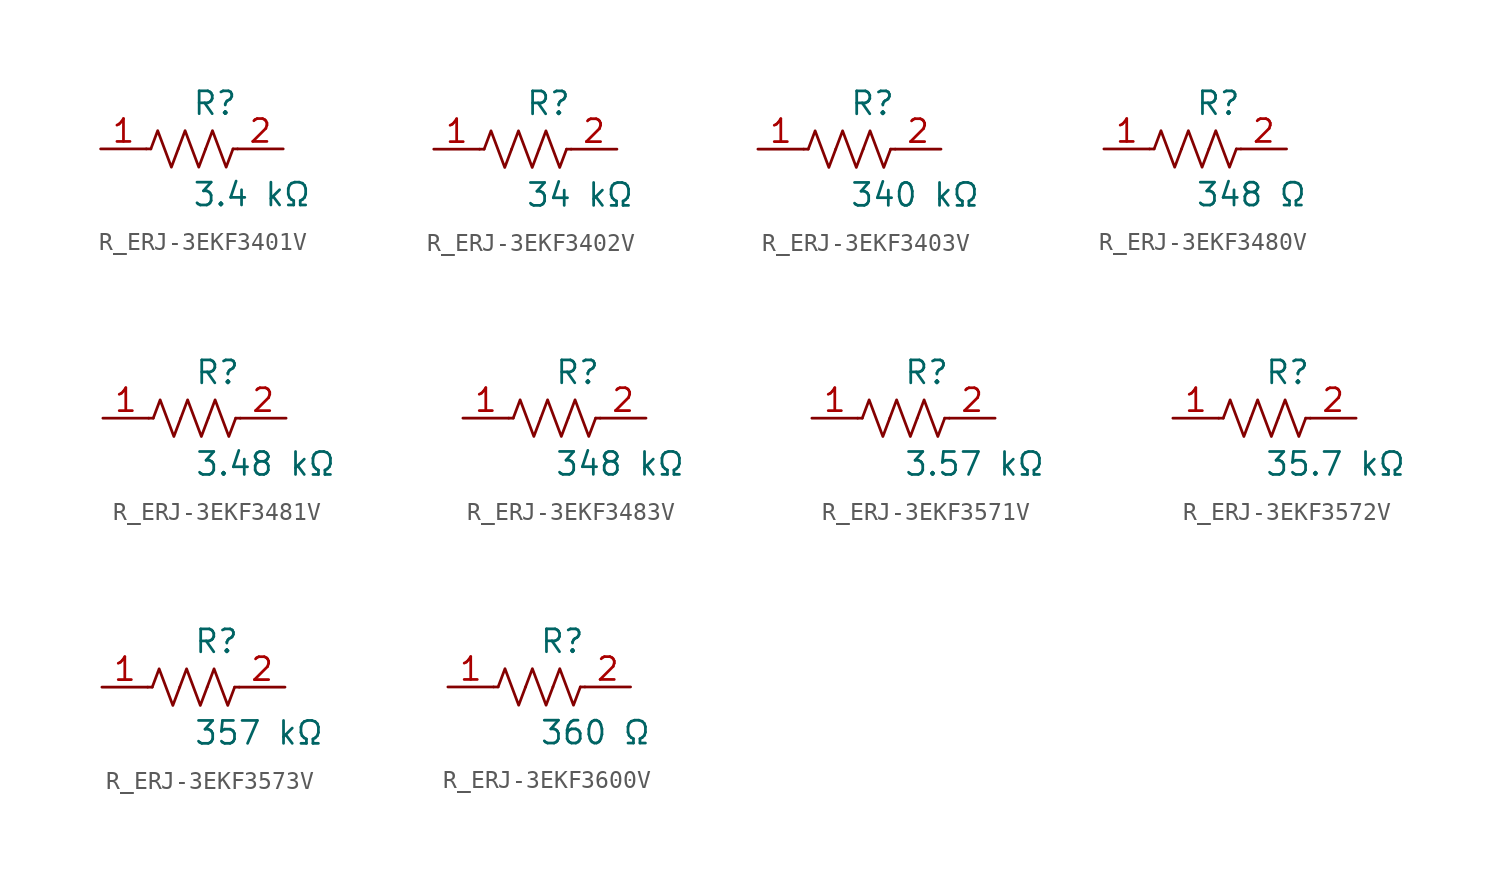
<source format=kicad_sym>
(kicad_symbol_lib
  (version 20231120)
  (generator kicad_symbol_editor)
  (generator_version 8.0)
  (symbol "R_ERJ-3EKF3401V"
    (pin_names
      (offset 0.254))
    (property "Reference" "R"
      (at 0.0 2.54 0)
      (effects (font (size 1.27 1.27)) (justify left)))
    (property "Value" "3.4 kΩ"
      (at 0.0 -2.54 0)
      (effects (font (size 1.27 1.27)) (justify left)))
    (symbol "R_ERJ-3EKF3401V_0_1"
      (polyline (pts (xy 2.286 0) (xy 2.54 0)) (stroke (width 0) (type default)) (fill (type none)))
      (polyline (pts (xy -2.286 0) (xy -2.54 0)) (stroke (width 0) (type default)) (fill (type none)))
      (polyline (pts (xy 0.762 0) (xy 1.143 1.016) (xy 1.524 0) (xy 1.905 -1.016) (xy 2.286 0)) (stroke (width 0) (type default)) (fill (type none)))
      (polyline (pts (xy -0.762 0) (xy -0.381 1.016) (xy 0 0) (xy 0.381 -1.016) (xy 0.762 0)) (stroke (width 0) (type default)) (fill (type none)))
      (polyline (pts (xy -2.286 0) (xy -1.905 1.016) (xy -1.524 0) (xy -1.143 -1.016) (xy -0.762 0)) (stroke (width 0) (type default)) (fill (type none))))
    (pin unspecified line
      (at -5.08 0 0)
      (length 2.54)
      (name "" (effects (font (size 1.27 1.27))))
      (number "1" (effects (font (size 1.27 1.27)))))
    (pin unspecified line
      (at 5.08 0 180)
      (length 2.54)
      (name "" (effects (font (size 1.27 1.27))))
      (number "2" (effects (font (size 1.27 1.27))))))
  (symbol "R_ERJ-3EKF3402V"
    (pin_names
      (offset 0.254))
    (property "Reference" "R"
      (at 0.0 2.54 0)
      (effects (font (size 1.27 1.27)) (justify left)))
    (property "Value" "34 kΩ"
      (at 0.0 -2.54 0)
      (effects (font (size 1.27 1.27)) (justify left)))
    (symbol "R_ERJ-3EKF3402V_0_1"
      (polyline (pts (xy 2.286 0) (xy 2.54 0)) (stroke (width 0) (type default)) (fill (type none)))
      (polyline (pts (xy -2.286 0) (xy -2.54 0)) (stroke (width 0) (type default)) (fill (type none)))
      (polyline (pts (xy 0.762 0) (xy 1.143 1.016) (xy 1.524 0) (xy 1.905 -1.016) (xy 2.286 0)) (stroke (width 0) (type default)) (fill (type none)))
      (polyline (pts (xy -0.762 0) (xy -0.381 1.016) (xy 0 0) (xy 0.381 -1.016) (xy 0.762 0)) (stroke (width 0) (type default)) (fill (type none)))
      (polyline (pts (xy -2.286 0) (xy -1.905 1.016) (xy -1.524 0) (xy -1.143 -1.016) (xy -0.762 0)) (stroke (width 0) (type default)) (fill (type none))))
    (pin unspecified line
      (at -5.08 0 0)
      (length 2.54)
      (name "" (effects (font (size 1.27 1.27))))
      (number "1" (effects (font (size 1.27 1.27)))))
    (pin unspecified line
      (at 5.08 0 180)
      (length 2.54)
      (name "" (effects (font (size 1.27 1.27))))
      (number "2" (effects (font (size 1.27 1.27))))))
  (symbol "R_ERJ-3EKF3403V"
    (pin_names
      (offset 0.254))
    (property "Reference" "R"
      (at 0.0 2.54 0)
      (effects (font (size 1.27 1.27)) (justify left)))
    (property "Value" "340 kΩ"
      (at 0.0 -2.54 0)
      (effects (font (size 1.27 1.27)) (justify left)))
    (symbol "R_ERJ-3EKF3403V_0_1"
      (polyline (pts (xy 2.286 0) (xy 2.54 0)) (stroke (width 0) (type default)) (fill (type none)))
      (polyline (pts (xy -2.286 0) (xy -2.54 0)) (stroke (width 0) (type default)) (fill (type none)))
      (polyline (pts (xy 0.762 0) (xy 1.143 1.016) (xy 1.524 0) (xy 1.905 -1.016) (xy 2.286 0)) (stroke (width 0) (type default)) (fill (type none)))
      (polyline (pts (xy -0.762 0) (xy -0.381 1.016) (xy 0 0) (xy 0.381 -1.016) (xy 0.762 0)) (stroke (width 0) (type default)) (fill (type none)))
      (polyline (pts (xy -2.286 0) (xy -1.905 1.016) (xy -1.524 0) (xy -1.143 -1.016) (xy -0.762 0)) (stroke (width 0) (type default)) (fill (type none))))
    (pin unspecified line
      (at -5.08 0 0)
      (length 2.54)
      (name "" (effects (font (size 1.27 1.27))))
      (number "1" (effects (font (size 1.27 1.27)))))
    (pin unspecified line
      (at 5.08 0 180)
      (length 2.54)
      (name "" (effects (font (size 1.27 1.27))))
      (number "2" (effects (font (size 1.27 1.27))))))
  (symbol "R_ERJ-3EKF3480V"
    (pin_names
      (offset 0.254))
    (property "Reference" "R"
      (at 0.0 2.54 0)
      (effects (font (size 1.27 1.27)) (justify left)))
    (property "Value" "348 Ω"
      (at 0.0 -2.54 0)
      (effects (font (size 1.27 1.27)) (justify left)))
    (symbol "R_ERJ-3EKF3480V_0_1"
      (polyline (pts (xy 2.286 0) (xy 2.54 0)) (stroke (width 0) (type default)) (fill (type none)))
      (polyline (pts (xy -2.286 0) (xy -2.54 0)) (stroke (width 0) (type default)) (fill (type none)))
      (polyline (pts (xy 0.762 0) (xy 1.143 1.016) (xy 1.524 0) (xy 1.905 -1.016) (xy 2.286 0)) (stroke (width 0) (type default)) (fill (type none)))
      (polyline (pts (xy -0.762 0) (xy -0.381 1.016) (xy 0 0) (xy 0.381 -1.016) (xy 0.762 0)) (stroke (width 0) (type default)) (fill (type none)))
      (polyline (pts (xy -2.286 0) (xy -1.905 1.016) (xy -1.524 0) (xy -1.143 -1.016) (xy -0.762 0)) (stroke (width 0) (type default)) (fill (type none))))
    (pin unspecified line
      (at -5.08 0 0)
      (length 2.54)
      (name "" (effects (font (size 1.27 1.27))))
      (number "1" (effects (font (size 1.27 1.27)))))
    (pin unspecified line
      (at 5.08 0 180)
      (length 2.54)
      (name "" (effects (font (size 1.27 1.27))))
      (number "2" (effects (font (size 1.27 1.27))))))
  (symbol "R_ERJ-3EKF3481V"
    (pin_names
      (offset 0.254))
    (property "Reference" "R"
      (at 0.0 2.54 0)
      (effects (font (size 1.27 1.27)) (justify left)))
    (property "Value" "3.48 kΩ"
      (at 0.0 -2.54 0)
      (effects (font (size 1.27 1.27)) (justify left)))
    (symbol "R_ERJ-3EKF3481V_0_1"
      (polyline (pts (xy 2.286 0) (xy 2.54 0)) (stroke (width 0) (type default)) (fill (type none)))
      (polyline (pts (xy -2.286 0) (xy -2.54 0)) (stroke (width 0) (type default)) (fill (type none)))
      (polyline (pts (xy 0.762 0) (xy 1.143 1.016) (xy 1.524 0) (xy 1.905 -1.016) (xy 2.286 0)) (stroke (width 0) (type default)) (fill (type none)))
      (polyline (pts (xy -0.762 0) (xy -0.381 1.016) (xy 0 0) (xy 0.381 -1.016) (xy 0.762 0)) (stroke (width 0) (type default)) (fill (type none)))
      (polyline (pts (xy -2.286 0) (xy -1.905 1.016) (xy -1.524 0) (xy -1.143 -1.016) (xy -0.762 0)) (stroke (width 0) (type default)) (fill (type none))))
    (pin unspecified line
      (at -5.08 0 0)
      (length 2.54)
      (name "" (effects (font (size 1.27 1.27))))
      (number "1" (effects (font (size 1.27 1.27)))))
    (pin unspecified line
      (at 5.08 0 180)
      (length 2.54)
      (name "" (effects (font (size 1.27 1.27))))
      (number "2" (effects (font (size 1.27 1.27))))))
  (symbol "R_ERJ-3EKF3483V"
    (pin_names
      (offset 0.254))
    (property "Reference" "R"
      (at 0.0 2.54 0)
      (effects (font (size 1.27 1.27)) (justify left)))
    (property "Value" "348 kΩ"
      (at 0.0 -2.54 0)
      (effects (font (size 1.27 1.27)) (justify left)))
    (symbol "R_ERJ-3EKF3483V_0_1"
      (polyline (pts (xy 2.286 0) (xy 2.54 0)) (stroke (width 0) (type default)) (fill (type none)))
      (polyline (pts (xy -2.286 0) (xy -2.54 0)) (stroke (width 0) (type default)) (fill (type none)))
      (polyline (pts (xy 0.762 0) (xy 1.143 1.016) (xy 1.524 0) (xy 1.905 -1.016) (xy 2.286 0)) (stroke (width 0) (type default)) (fill (type none)))
      (polyline (pts (xy -0.762 0) (xy -0.381 1.016) (xy 0 0) (xy 0.381 -1.016) (xy 0.762 0)) (stroke (width 0) (type default)) (fill (type none)))
      (polyline (pts (xy -2.286 0) (xy -1.905 1.016) (xy -1.524 0) (xy -1.143 -1.016) (xy -0.762 0)) (stroke (width 0) (type default)) (fill (type none))))
    (pin unspecified line
      (at -5.08 0 0)
      (length 2.54)
      (name "" (effects (font (size 1.27 1.27))))
      (number "1" (effects (font (size 1.27 1.27)))))
    (pin unspecified line
      (at 5.08 0 180)
      (length 2.54)
      (name "" (effects (font (size 1.27 1.27))))
      (number "2" (effects (font (size 1.27 1.27))))))
  (symbol "R_ERJ-3EKF3571V"
    (pin_names
      (offset 0.254))
    (property "Reference" "R"
      (at 0.0 2.54 0)
      (effects (font (size 1.27 1.27)) (justify left)))
    (property "Value" "3.57 kΩ"
      (at 0.0 -2.54 0)
      (effects (font (size 1.27 1.27)) (justify left)))
    (symbol "R_ERJ-3EKF3571V_0_1"
      (polyline (pts (xy 2.286 0) (xy 2.54 0)) (stroke (width 0) (type default)) (fill (type none)))
      (polyline (pts (xy -2.286 0) (xy -2.54 0)) (stroke (width 0) (type default)) (fill (type none)))
      (polyline (pts (xy 0.762 0) (xy 1.143 1.016) (xy 1.524 0) (xy 1.905 -1.016) (xy 2.286 0)) (stroke (width 0) (type default)) (fill (type none)))
      (polyline (pts (xy -0.762 0) (xy -0.381 1.016) (xy 0 0) (xy 0.381 -1.016) (xy 0.762 0)) (stroke (width 0) (type default)) (fill (type none)))
      (polyline (pts (xy -2.286 0) (xy -1.905 1.016) (xy -1.524 0) (xy -1.143 -1.016) (xy -0.762 0)) (stroke (width 0) (type default)) (fill (type none))))
    (pin unspecified line
      (at -5.08 0 0)
      (length 2.54)
      (name "" (effects (font (size 1.27 1.27))))
      (number "1" (effects (font (size 1.27 1.27)))))
    (pin unspecified line
      (at 5.08 0 180)
      (length 2.54)
      (name "" (effects (font (size 1.27 1.27))))
      (number "2" (effects (font (size 1.27 1.27))))))
  (symbol "R_ERJ-3EKF3572V"
    (pin_names
      (offset 0.254))
    (property "Reference" "R"
      (at 0.0 2.54 0)
      (effects (font (size 1.27 1.27)) (justify left)))
    (property "Value" "35.7 kΩ"
      (at 0.0 -2.54 0)
      (effects (font (size 1.27 1.27)) (justify left)))
    (symbol "R_ERJ-3EKF3572V_0_1"
      (polyline (pts (xy 2.286 0) (xy 2.54 0)) (stroke (width 0) (type default)) (fill (type none)))
      (polyline (pts (xy -2.286 0) (xy -2.54 0)) (stroke (width 0) (type default)) (fill (type none)))
      (polyline (pts (xy 0.762 0) (xy 1.143 1.016) (xy 1.524 0) (xy 1.905 -1.016) (xy 2.286 0)) (stroke (width 0) (type default)) (fill (type none)))
      (polyline (pts (xy -0.762 0) (xy -0.381 1.016) (xy 0 0) (xy 0.381 -1.016) (xy 0.762 0)) (stroke (width 0) (type default)) (fill (type none)))
      (polyline (pts (xy -2.286 0) (xy -1.905 1.016) (xy -1.524 0) (xy -1.143 -1.016) (xy -0.762 0)) (stroke (width 0) (type default)) (fill (type none))))
    (pin unspecified line
      (at -5.08 0 0)
      (length 2.54)
      (name "" (effects (font (size 1.27 1.27))))
      (number "1" (effects (font (size 1.27 1.27)))))
    (pin unspecified line
      (at 5.08 0 180)
      (length 2.54)
      (name "" (effects (font (size 1.27 1.27))))
      (number "2" (effects (font (size 1.27 1.27))))))
  (symbol "R_ERJ-3EKF3573V"
    (pin_names
      (offset 0.254))
    (property "Reference" "R"
      (at 0.0 2.54 0)
      (effects (font (size 1.27 1.27)) (justify left)))
    (property "Value" "357 kΩ"
      (at 0.0 -2.54 0)
      (effects (font (size 1.27 1.27)) (justify left)))
    (symbol "R_ERJ-3EKF3573V_0_1"
      (polyline (pts (xy 2.286 0) (xy 2.54 0)) (stroke (width 0) (type default)) (fill (type none)))
      (polyline (pts (xy -2.286 0) (xy -2.54 0)) (stroke (width 0) (type default)) (fill (type none)))
      (polyline (pts (xy 0.762 0) (xy 1.143 1.016) (xy 1.524 0) (xy 1.905 -1.016) (xy 2.286 0)) (stroke (width 0) (type default)) (fill (type none)))
      (polyline (pts (xy -0.762 0) (xy -0.381 1.016) (xy 0 0) (xy 0.381 -1.016) (xy 0.762 0)) (stroke (width 0) (type default)) (fill (type none)))
      (polyline (pts (xy -2.286 0) (xy -1.905 1.016) (xy -1.524 0) (xy -1.143 -1.016) (xy -0.762 0)) (stroke (width 0) (type default)) (fill (type none))))
    (pin unspecified line
      (at -5.08 0 0)
      (length 2.54)
      (name "" (effects (font (size 1.27 1.27))))
      (number "1" (effects (font (size 1.27 1.27)))))
    (pin unspecified line
      (at 5.08 0 180)
      (length 2.54)
      (name "" (effects (font (size 1.27 1.27))))
      (number "2" (effects (font (size 1.27 1.27))))))
  (symbol "R_ERJ-3EKF3600V"
    (pin_names
      (offset 0.254))
    (property "Reference" "R"
      (at 0.0 2.54 0)
      (effects (font (size 1.27 1.27)) (justify left)))
    (property "Value" "360 Ω"
      (at 0.0 -2.54 0)
      (effects (font (size 1.27 1.27)) (justify left)))
    (symbol "R_ERJ-3EKF3600V_0_1"
      (polyline (pts (xy 2.286 0) (xy 2.54 0)) (stroke (width 0) (type default)) (fill (type none)))
      (polyline (pts (xy -2.286 0) (xy -2.54 0)) (stroke (width 0) (type default)) (fill (type none)))
      (polyline (pts (xy 0.762 0) (xy 1.143 1.016) (xy 1.524 0) (xy 1.905 -1.016) (xy 2.286 0)) (stroke (width 0) (type default)) (fill (type none)))
      (polyline (pts (xy -0.762 0) (xy -0.381 1.016) (xy 0 0) (xy 0.381 -1.016) (xy 0.762 0)) (stroke (width 0) (type default)) (fill (type none)))
      (polyline (pts (xy -2.286 0) (xy -1.905 1.016) (xy -1.524 0) (xy -1.143 -1.016) (xy -0.762 0)) (stroke (width 0) (type default)) (fill (type none))))
    (pin unspecified line
      (at -5.08 0 0)
      (length 2.54)
      (name "" (effects (font (size 1.27 1.27))))
      (number "1" (effects (font (size 1.27 1.27)))))
    (pin unspecified line
      (at 5.08 0 180)
      (length 2.54)
      (name "" (effects (font (size 1.27 1.27))))
      (number "2" (effects (font (size 1.27 1.27)))))))
</source>
